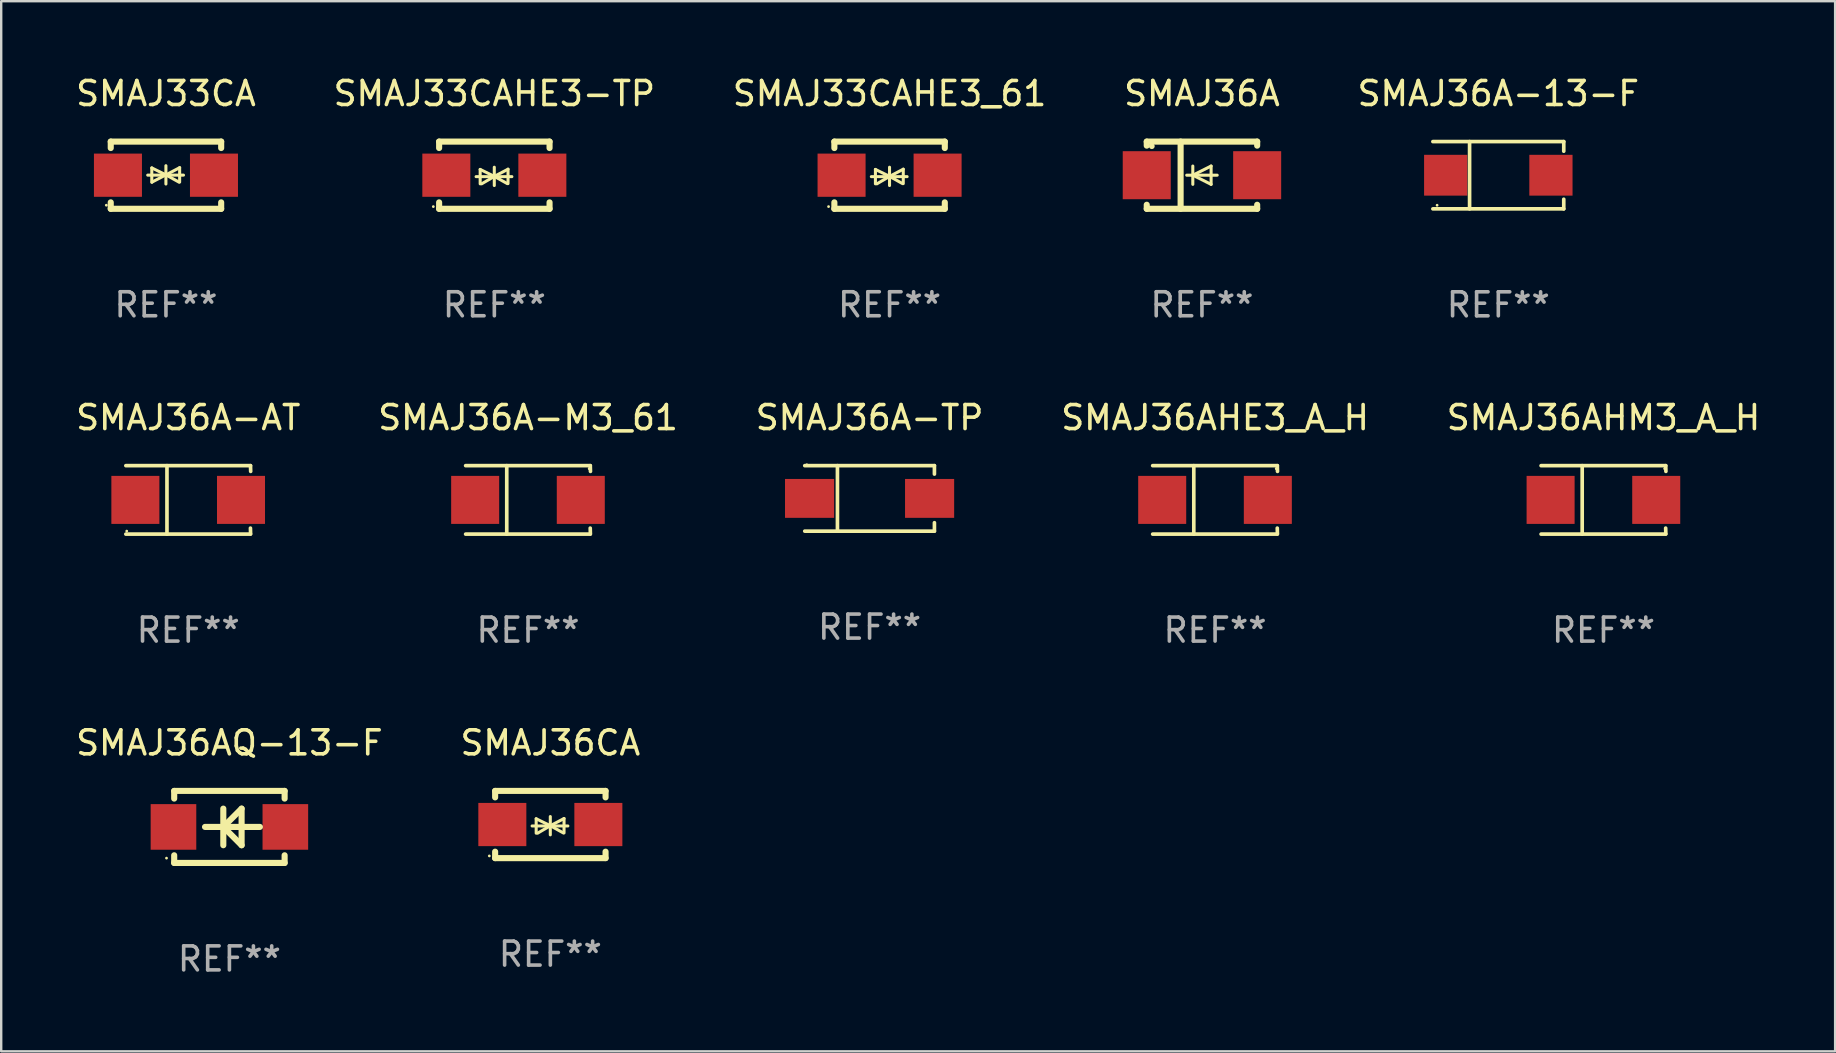
<source format=kicad_pcb>
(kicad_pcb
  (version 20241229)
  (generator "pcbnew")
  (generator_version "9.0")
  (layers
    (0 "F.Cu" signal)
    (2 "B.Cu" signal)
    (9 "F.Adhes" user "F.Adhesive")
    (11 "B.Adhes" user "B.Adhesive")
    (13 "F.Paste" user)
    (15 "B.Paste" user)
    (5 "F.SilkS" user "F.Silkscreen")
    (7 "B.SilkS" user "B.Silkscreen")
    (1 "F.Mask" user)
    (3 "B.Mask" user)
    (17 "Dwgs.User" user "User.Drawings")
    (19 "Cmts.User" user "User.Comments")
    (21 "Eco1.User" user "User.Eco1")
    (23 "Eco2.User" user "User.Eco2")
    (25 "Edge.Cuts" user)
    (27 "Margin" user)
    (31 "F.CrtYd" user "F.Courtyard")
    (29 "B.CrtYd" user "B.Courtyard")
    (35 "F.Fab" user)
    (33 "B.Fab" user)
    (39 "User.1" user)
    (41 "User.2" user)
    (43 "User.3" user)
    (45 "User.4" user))
  (footprint "SMAJ36AQ-13-F"
    (layer "F.Cu")
    (at 6.506 31.396)
    (property "Reference" "SMAJ36AQ-13-F" (at 0 -3.5 0) (layer "F.SilkS") (effects (font (size 1 1) (thickness 0.15))))
    (attr through_hole)
    (fp_line (start -2.3 -1.5) (end -2.3 -1.181) (stroke (width 0.254) (type solid)) (layer "F.SilkS"))
    (fp_line (start -2.3 -1.5) (end 2.3 -1.5) (stroke (width 0.254) (type solid)) (layer "F.SilkS"))
    (fp_line (start -2.3 1.181) (end -2.3 1.5) (stroke (width 0.254) (type solid)) (layer "F.SilkS"))
    (fp_line (start -0.254 0) (end 0.508 0.762) (stroke (width 0.254) (type solid)) (layer "F.SilkS"))
    (fp_line (start -0.254 0.762) (end -0.254 -0.762) (stroke (width 0.254) (type solid)) (layer "F.SilkS"))
    (fp_line (start 0.508 -0.762) (end -0.254 0) (stroke (width 0.254) (type solid)) (layer "F.SilkS"))
    (fp_line (start 0.508 0.762) (end 0.508 -0.762) (stroke (width 0.254) (type solid)) (layer "F.SilkS"))
    (fp_line (start 1.27 0) (end -1.016 0) (stroke (width 0.254) (type solid)) (layer "F.SilkS"))
    (fp_line (start 2.3 -1.5) (end 2.3 -1.181) (stroke (width 0.254) (type solid)) (layer "F.SilkS"))
    (fp_line (start 2.3 1.181) (end 2.3 1.5) (stroke (width 0.254) (type solid)) (layer "F.SilkS"))
    (fp_line (start 2.3 1.5) (end -2.3 1.5) (stroke (width 0.254) (type solid)) (layer "F.SilkS"))
    (fp_circle (center -2.62 1.3) (end -2.59 1.3) (stroke (width 0.06) (type solid)) (fill no) (layer "F.SilkS"))
    (fp_text user "REF**" (at 0 5.5 0) (layer "F.Fab") (effects (font (size 1 1) (thickness 0.15))))
    (pad "1" smd rect (at -2.33 0 270) (size 1.9 1.9) (layers "F.Cu" "F.Mask" "F.Paste"))
    (pad "2" smd rect (at 2.33 0 270) (size 1.9 1.9) (layers "F.Cu" "F.Mask" "F.Paste")))
  (footprint "SMAJ36AHE3_A_H"
    (layer "F.Cu")
    (at 47.565 17.773)
    (property "Reference" "SMAJ36AHE3_A_H" (at 0 -3.426 0) (layer "F.SilkS") (effects (font (size 1 1) (thickness 0.15))))
    (attr through_hole)
    (fp_line (start -2.6 -1.426) (end 2.593 -1.426) (stroke (width 0.152) (type solid)) (layer "F.SilkS"))
    (fp_line (start -2.6 1.426) (end 2.593 1.426) (stroke (width 0.152) (type solid)) (layer "F.SilkS"))
    (fp_line (start -0.887 -1.426) (end -0.887 1.426) (stroke (width 0.152) (type solid)) (layer "F.SilkS"))
    (fp_line (start 2.59 1.176) (end 2.597 1.415) (stroke (width 0.152) (type solid)) (layer "F.SilkS"))
    (fp_line (start 2.593 -1.426) (end 2.6 -1.187) (stroke (width 0.152) (type solid)) (layer "F.SilkS"))
    (fp_circle (center 2.547 -1.3) (end 2.577 -1.3) (stroke (width 0.06) (type solid)) (fill no) (layer "F.SilkS"))
    (fp_text user "REF**" (at 0 5.426 0) (layer "F.Fab") (effects (font (size 1 1) (thickness 0.15))))
    (pad "1" smd rect (at 2.197 -0.000025 180) (size 2 2) (layers "F.Cu" "F.Mask" "F.Paste"))
    (pad "2" smd rect (at -2.203 -0.000025 180) (size 2 2) (layers "F.Cu" "F.Mask" "F.Paste")))
  (footprint "SMAJ36A"
    (layer "F.Cu")
    (at 47.018 4.248)
    (property "Reference" "SMAJ36A" (at 0 -3.4 0) (layer "F.SilkS") (effects (font (size 1 1) (thickness 0.15))))
    (attr through_hole)
    (fp_line (start -2.3 -1.4) (end -2.3 -1.231) (stroke (width 0.254) (type solid)) (layer "F.SilkS"))
    (fp_line (start -2.3 -1.4) (end 2.3 -1.4) (stroke (width 0.254) (type solid)) (layer "F.SilkS"))
    (fp_line (start -2.3 1.231) (end -2.3 1.4) (stroke (width 0.254) (type solid)) (layer "F.SilkS"))
    (fp_line (start -2.3 1.4) (end 2.3 1.4) (stroke (width 0.254) (type solid)) (layer "F.SilkS"))
    (fp_line (start -0.889 1.4) (end -0.889 -1.4) (stroke (width 0.254) (type solid)) (layer "F.SilkS"))
    (fp_line (start -0.381 0) (end -0.381 -0.381) (stroke (width 0.127) (type solid)) (layer "F.SilkS"))
    (fp_line (start -0.381 0) (end -0.381 0.381) (stroke (width 0.127) (type solid)) (layer "F.SilkS"))
    (fp_line (start 0.381 -0.381) (end -0.381 0) (stroke (width 0.127) (type solid)) (layer "F.SilkS"))
    (fp_line (start 0.381 0) (end 0.381 -0.381) (stroke (width 0.127) (type solid)) (layer "F.SilkS"))
    (fp_line (start 0.381 0) (end 0.381 0.381) (stroke (width 0.127) (type solid)) (layer "F.SilkS"))
    (fp_line (start 0.381 0.381) (end -0.381 0) (stroke (width 0.127) (type solid)) (layer "F.SilkS"))
    (fp_line (start 0.635 0) (end -0.635 0) (stroke (width 0.127) (type solid)) (layer "F.SilkS"))
    (fp_line (start 2.3 -1.4) (end 2.3 -1.231) (stroke (width 0.254) (type solid)) (layer "F.SilkS"))
    (fp_line (start 2.3 1.231) (end 2.3 1.4) (stroke (width 0.254) (type solid)) (layer "F.SilkS"))
    (fp_circle (center -2.088 -1.208) (end -2.028 -1.208) (stroke (width 0.12) (type solid)) (fill no) (layer "F.SilkS"))
    (fp_text user "REF**" (at 0 5.4 0) (layer "F.Fab") (effects (font (size 1 1) (thickness 0.15))))
    (pad "1" smd rect (at -2.3 0 180) (size 2 2) (layers "F.Cu" "F.Mask" "F.Paste"))
    (pad "2" smd rect (at 2.3 0 180) (size 2 2) (layers "F.Cu" "F.Mask" "F.Paste")))
  (footprint "SMAJ36AHM3_A_H"
    (layer "F.Cu")
    (at 63.744 17.773)
    (property "Reference" "SMAJ36AHM3_A_H" (at 0 -3.426 0) (layer "F.SilkS") (effects (font (size 1 1) (thickness 0.15))))
    (attr through_hole)
    (fp_line (start -2.6 -1.426) (end 2.593 -1.426) (stroke (width 0.152) (type solid)) (layer "F.SilkS"))
    (fp_line (start -2.6 1.426) (end 2.593 1.426) (stroke (width 0.152) (type solid)) (layer "F.SilkS"))
    (fp_line (start -0.887 -1.426) (end -0.887 1.426) (stroke (width 0.152) (type solid)) (layer "F.SilkS"))
    (fp_line (start 2.59 1.176) (end 2.597 1.415) (stroke (width 0.152) (type solid)) (layer "F.SilkS"))
    (fp_line (start 2.593 -1.426) (end 2.6 -1.187) (stroke (width 0.152) (type solid)) (layer "F.SilkS"))
    (fp_circle (center 2.547 -1.3) (end 2.577 -1.3) (stroke (width 0.06) (type solid)) (fill no) (layer "F.SilkS"))
    (fp_text user "REF**" (at 0 5.426 0) (layer "F.Fab") (effects (font (size 1 1) (thickness 0.15))))
    (pad "1" smd rect (at 2.197 -0.000025 180) (size 2 2) (layers "F.Cu" "F.Mask" "F.Paste"))
    (pad "2" smd rect (at -2.203 -0.000025 180) (size 2 2) (layers "F.Cu" "F.Mask" "F.Paste")))
  (footprint "SMAJ36A-13-F"
    (layer "F.Cu")
    (at 59.363 4.249)
    (property "Reference" "SMAJ36A-13-F" (at 0 -3.401 0) (layer "F.SilkS") (effects (font (size 1 1) (thickness 0.15))))
    (attr through_hole)
    (fp_line (start -2.726 -1.401) (end 2.726 -1.401) (stroke (width 0.152) (type solid)) (layer "F.SilkS"))
    (fp_line (start -2.726 1.401) (end 2.726 1.401) (stroke (width 0.152) (type solid)) (layer "F.SilkS"))
    (fp_line (start -1.197 -1.401) (end -1.197 1.401) (stroke (width 0.152) (type solid)) (layer "F.SilkS"))
    (fp_line (start 2.726 -1.401) (end 2.726 -1) (stroke (width 0.152) (type solid)) (layer "F.SilkS"))
    (fp_line (start 2.726 1.401) (end 2.726 1) (stroke (width 0.152) (type solid)) (layer "F.SilkS"))
    (fp_circle (center -2.55 1.25) (end -2.52 1.25) (stroke (width 0.06) (type solid)) (fill no) (layer "F.SilkS"))
    (fp_text user "REF**" (at 0 5.401 0) (layer "F.Fab") (effects (font (size 1 1) (thickness 0.15))))
    (pad "1" smd rect (at -2.192 0) (size 1.8 1.7) (layers "F.Cu" "F.Mask" "F.Paste"))
    (pad "2" smd rect (at 2.192 0) (size 1.8 1.7) (layers "F.Cu" "F.Mask" "F.Paste")))
  (footprint "SMAJ36A-TP"
    (layer "F.Cu")
    (at 33.173 17.711)
    (property "Reference" "SMAJ36A-TP" (at 0 -3.364 0) (layer "F.SilkS") (effects (font (size 1 1) (thickness 0.15))))
    (attr through_hole)
    (fp_line (start -2.701 -1.364) (end 2.701 -1.364) (stroke (width 0.152) (type solid)) (layer "F.SilkS"))
    (fp_line (start -2.701 1.364) (end 2.701 1.364) (stroke (width 0.152) (type solid)) (layer "F.SilkS"))
    (fp_line (start -1.339 -1.364) (end -1.339 1.364) (stroke (width 0.152) (type solid)) (layer "F.SilkS"))
    (fp_line (start 2.701 -1.364) (end 2.701 -1.013) (stroke (width 0.152) (type solid)) (layer "F.SilkS"))
    (fp_line (start 2.701 1.364) (end 2.701 1.013) (stroke (width 0.152) (type solid)) (layer "F.SilkS"))
    (fp_circle (center -2.615 -1.4) (end -2.585 -1.4) (stroke (width 0.06) (type solid)) (fill no) (layer "F.SilkS"))
    (fp_text user "REF**" (at 0 5.364 0) (layer "F.Fab") (effects (font (size 1 1) (thickness 0.15))))
    (pad "1" smd rect (at -2.5 0) (size 2.046 1.62) (layers "F.Cu" "F.Mask" "F.Paste"))
    (pad "2" smd rect (at 2.5 0) (size 2.046 1.62) (layers "F.Cu" "F.Mask" "F.Paste")))
  (footprint "SMAJ33CAHE3-TP"
    (layer "F.Cu")
    (at 17.542 4.248)
    (property "Reference" "SMAJ33CAHE3-TP" (at 0 -3.4 0) (layer "F.SilkS") (effects (font (size 1 1) (thickness 0.15))))
    (attr through_hole)
    (fp_line (start -2.3 -1.4) (end -2.3 -1.131) (stroke (width 0.254) (type solid)) (layer "F.SilkS"))
    (fp_line (start -2.3 -1.4) (end 2.3 -1.4) (stroke (width 0.254) (type solid)) (layer "F.SilkS"))
    (fp_line (start -2.3 1.131) (end -2.3 1.4) (stroke (width 0.254) (type solid)) (layer "F.SilkS"))
    (fp_line (start -2.3 1.4) (end 2.3 1.4) (stroke (width 0.254) (type solid)) (layer "F.SilkS"))
    (fp_line (start -0.76 0.06) (end 0.73 0.06) (stroke (width 0.127) (type solid)) (layer "F.SilkS"))
    (fp_line (start -0.59 -0.24) (end -0.59 0.36) (stroke (width 0.127) (type solid)) (layer "F.SilkS"))
    (fp_line (start -0.59 -0.24) (end -0.002 0.049) (stroke (width 0.127) (type solid)) (layer "F.SilkS"))
    (fp_line (start -0.53 0.36) (end -0.002 0.049) (stroke (width 0.127) (type solid)) (layer "F.SilkS"))
    (fp_line (start -0.002 0.049) (end -0.002 -0.332) (stroke (width 0.127) (type solid)) (layer "F.SilkS"))
    (fp_line (start -0.002 0.049) (end -0.002 0.43) (stroke (width 0.127) (type solid)) (layer "F.SilkS"))
    (fp_line (start 0.54 0.35) (end -0.002 0.049) (stroke (width 0.127) (type solid)) (layer "F.SilkS"))
    (fp_line (start 0.57 -0.25) (end -0.002 0.049) (stroke (width 0.127) (type solid)) (layer "F.SilkS"))
    (fp_line (start 0.57 -0.25) (end 0.57 0.35) (stroke (width 0.127) (type solid)) (layer "F.SilkS"))
    (fp_line (start 2.3 -1.4) (end 2.3 -1.131) (stroke (width 0.254) (type solid)) (layer "F.SilkS"))
    (fp_line (start 2.3 1.131) (end 2.3 1.4) (stroke (width 0.254) (type solid)) (layer "F.SilkS"))
    (fp_circle (center -2.542 1.308) (end -2.512 1.308) (stroke (width 0.06) (type solid)) (fill no) (layer "F.SilkS"))
    (fp_text user "REF**" (at 0 5.4 0) (layer "F.Fab") (effects (font (size 1 1) (thickness 0.15))))
    (pad "1" smd rect (at -2 0) (size 2 1.8) (layers "F.Cu" "F.Mask" "F.Paste"))
    (pad "2" smd rect (at 2 0) (size 2 1.8) (layers "F.Cu" "F.Mask" "F.Paste")))
  (footprint "SMAJ36CA"
    (layer "F.Cu")
    (at 19.875 31.296)
    (property "Reference" "SMAJ36CA" (at 0 -3.4 0) (layer "F.SilkS") (effects (font (size 1 1) (thickness 0.15))))
    (attr through_hole)
    (fp_line (start -2.3 -1.4) (end -2.3 -1.131) (stroke (width 0.254) (type solid)) (layer "F.SilkS"))
    (fp_line (start -2.3 -1.4) (end 2.3 -1.4) (stroke (width 0.254) (type solid)) (layer "F.SilkS"))
    (fp_line (start -2.3 1.131) (end -2.3 1.4) (stroke (width 0.254) (type solid)) (layer "F.SilkS"))
    (fp_line (start -2.3 1.4) (end 2.3 1.4) (stroke (width 0.254) (type solid)) (layer "F.SilkS"))
    (fp_line (start -0.76 0.06) (end 0.73 0.06) (stroke (width 0.127) (type solid)) (layer "F.SilkS"))
    (fp_line (start -0.59 -0.24) (end -0.59 0.36) (stroke (width 0.127) (type solid)) (layer "F.SilkS"))
    (fp_line (start -0.59 -0.24) (end -0.002 0.049) (stroke (width 0.127) (type solid)) (layer "F.SilkS"))
    (fp_line (start -0.53 0.36) (end -0.002 0.049) (stroke (width 0.127) (type solid)) (layer "F.SilkS"))
    (fp_line (start -0.002 0.049) (end -0.002 -0.332) (stroke (width 0.127) (type solid)) (layer "F.SilkS"))
    (fp_line (start -0.002 0.049) (end -0.002 0.43) (stroke (width 0.127) (type solid)) (layer "F.SilkS"))
    (fp_line (start 0.54 0.35) (end -0.002 0.049) (stroke (width 0.127) (type solid)) (layer "F.SilkS"))
    (fp_line (start 0.57 -0.25) (end -0.002 0.049) (stroke (width 0.127) (type solid)) (layer "F.SilkS"))
    (fp_line (start 0.57 -0.25) (end 0.57 0.35) (stroke (width 0.127) (type solid)) (layer "F.SilkS"))
    (fp_line (start 2.3 -1.4) (end 2.3 -1.131) (stroke (width 0.254) (type solid)) (layer "F.SilkS"))
    (fp_line (start 2.3 1.131) (end 2.3 1.4) (stroke (width 0.254) (type solid)) (layer "F.SilkS"))
    (fp_circle (center -2.542 1.308) (end -2.512 1.308) (stroke (width 0.06) (type solid)) (fill no) (layer "F.SilkS"))
    (fp_text user "REF**" (at 0 5.4 0) (layer "F.Fab") (effects (font (size 1 1) (thickness 0.15))))
    (pad "1" smd rect (at -2 0) (size 2 1.8) (layers "F.Cu" "F.Mask" "F.Paste"))
    (pad "2" smd rect (at 2 0) (size 2 1.8) (layers "F.Cu" "F.Mask" "F.Paste")))
  (footprint "SMAJ36A-AT"
    (layer "F.Cu")
    (at 4.792 17.773)
    (property "Reference" "SMAJ36A-AT" (at 0 -3.426 0) (layer "F.SilkS") (effects (font (size 1 1) (thickness 0.15))))
    (attr through_hole)
    (fp_line (start -2.6 -1.426) (end 2.593 -1.426) (stroke (width 0.152) (type solid)) (layer "F.SilkS"))
    (fp_line (start -2.6 1.426) (end 2.593 1.426) (stroke (width 0.152) (type solid)) (layer "F.SilkS"))
    (fp_line (start -0.887 -1.426) (end -0.887 1.426) (stroke (width 0.152) (type solid)) (layer "F.SilkS"))
    (fp_line (start 2.59 1.176) (end 2.597 1.415) (stroke (width 0.152) (type solid)) (layer "F.SilkS"))
    (fp_line (start 2.593 -1.426) (end 2.6 -1.187) (stroke (width 0.152) (type solid)) (layer "F.SilkS"))
    (fp_circle (center -2.563 1.3) (end -2.533 1.3) (stroke (width 0.06) (type solid)) (fill no) (layer "F.SilkS"))
    (fp_text user "REF**" (at 0 5.426 0) (layer "F.Fab") (effects (font (size 1 1) (thickness 0.15))))
    (pad "1" smd rect (at -2.203 -0.000025 180) (size 2 2) (layers "F.Cu" "F.Mask" "F.Paste"))
    (pad "2" smd rect (at 2.197 -0.000025 180) (size 2 2) (layers "F.Cu" "F.Mask" "F.Paste")))
  (footprint "SMAJ36A-M3_61"
    (layer "F.Cu")
    (at 18.946 17.773)
    (property "Reference" "SMAJ36A-M3_61" (at 0 -3.426 0) (layer "F.SilkS") (effects (font (size 1 1) (thickness 0.15))))
    (attr through_hole)
    (fp_line (start -2.6 -1.426) (end 2.593 -1.426) (stroke (width 0.152) (type solid)) (layer "F.SilkS"))
    (fp_line (start -2.6 1.426) (end 2.593 1.426) (stroke (width 0.152) (type solid)) (layer "F.SilkS"))
    (fp_line (start -0.887 -1.426) (end -0.887 1.426) (stroke (width 0.152) (type solid)) (layer "F.SilkS"))
    (fp_line (start 2.59 1.176) (end 2.597 1.415) (stroke (width 0.152) (type solid)) (layer "F.SilkS"))
    (fp_line (start 2.593 -1.426) (end 2.6 -1.187) (stroke (width 0.152) (type solid)) (layer "F.SilkS"))
    (fp_circle (center 2.547 -1.3) (end 2.577 -1.3) (stroke (width 0.06) (type solid)) (fill no) (layer "F.SilkS"))
    (fp_text user "REF**" (at 0 5.426 0) (layer "F.Fab") (effects (font (size 1 1) (thickness 0.15))))
    (pad "1" smd rect (at 2.197 -0.000025 180) (size 2 2) (layers "F.Cu" "F.Mask" "F.Paste"))
    (pad "2" smd rect (at -2.203 -0.000025 180) (size 2 2) (layers "F.Cu" "F.Mask" "F.Paste")))
  (footprint "SMAJ33CA"
    (layer "F.Cu")
    (at 3.863 4.248)
    (property "Reference" "SMAJ33CA" (at 0 -3.4 0) (layer "F.SilkS") (effects (font (size 1 1) (thickness 0.15))))
    (attr through_hole)
    (fp_line (start -2.3 -1.4) (end -2.3 -1.131) (stroke (width 0.254) (type solid)) (layer "F.SilkS"))
    (fp_line (start -2.3 -1.4) (end 2.3 -1.4) (stroke (width 0.254) (type solid)) (layer "F.SilkS"))
    (fp_line (start -2.3 1.131) (end -2.3 1.4) (stroke (width 0.254) (type solid)) (layer "F.SilkS"))
    (fp_line (start -2.3 1.4) (end 2.3 1.4) (stroke (width 0.254) (type solid)) (layer "F.SilkS"))
    (fp_line (start -0.76 -0.003) (end 0.73 -0.003) (stroke (width 0.127) (type solid)) (layer "F.SilkS"))
    (fp_line (start -0.59 -0.303) (end -0.59 0.297) (stroke (width 0.127) (type solid)) (layer "F.SilkS"))
    (fp_line (start -0.59 -0.303) (end -0.002 -0.014) (stroke (width 0.127) (type solid)) (layer "F.SilkS"))
    (fp_line (start -0.576 0.284) (end -0.004 -0.015) (stroke (width 0.127) (type solid)) (layer "F.SilkS"))
    (fp_line (start -0.002 -0.014) (end -0.002 -0.395) (stroke (width 0.127) (type solid)) (layer "F.SilkS"))
    (fp_line (start -0.002 -0.014) (end -0.002 0.367) (stroke (width 0.127) (type solid)) (layer "F.SilkS"))
    (fp_line (start 0.54 0.287) (end -0.002 -0.014) (stroke (width 0.127) (type solid)) (layer "F.SilkS"))
    (fp_line (start 0.57 -0.313) (end -0.002 -0.014) (stroke (width 0.127) (type solid)) (layer "F.SilkS"))
    (fp_line (start 0.57 -0.313) (end 0.57 0.287) (stroke (width 0.127) (type solid)) (layer "F.SilkS"))
    (fp_line (start 2.3 -1.4) (end 2.3 -1.131) (stroke (width 0.254) (type solid)) (layer "F.SilkS"))
    (fp_line (start 2.3 1.131) (end 2.3 1.4) (stroke (width 0.254) (type solid)) (layer "F.SilkS"))
    (fp_circle (center -2.485 1.25) (end -2.455 1.25) (stroke (width 0.06) (type solid)) (fill no) (layer "F.SilkS"))
    (fp_text user "REF**" (at 0 5.4 0) (layer "F.Fab") (effects (font (size 1 1) (thickness 0.15))))
    (pad "1" smd rect (at -2 -0.000051) (size 2 1.8) (layers "F.Cu" "F.Mask" "F.Paste"))
    (pad "2" smd rect (at 2 -0.000051) (size 2 1.8) (layers "F.Cu" "F.Mask" "F.Paste")))
  (footprint "SMAJ33CAHE3_61"
    (layer "F.Cu")
    (at 34.006 4.248)
    (property "Reference" "SMAJ33CAHE3_61" (at 0 -3.4 0) (layer "F.SilkS") (effects (font (size 1 1) (thickness 0.15))))
    (attr through_hole)
    (fp_line (start -2.3 -1.4) (end -2.3 -1.131) (stroke (width 0.254) (type solid)) (layer "F.SilkS"))
    (fp_line (start -2.3 -1.4) (end 2.3 -1.4) (stroke (width 0.254) (type solid)) (layer "F.SilkS"))
    (fp_line (start -2.3 1.131) (end -2.3 1.4) (stroke (width 0.254) (type solid)) (layer "F.SilkS"))
    (fp_line (start -2.3 1.4) (end 2.3 1.4) (stroke (width 0.254) (type solid)) (layer "F.SilkS"))
    (fp_line (start -0.76 0.06) (end 0.73 0.06) (stroke (width 0.127) (type solid)) (layer "F.SilkS"))
    (fp_line (start -0.59 -0.24) (end -0.59 0.36) (stroke (width 0.127) (type solid)) (layer "F.SilkS"))
    (fp_line (start -0.59 -0.24) (end -0.002 0.049) (stroke (width 0.127) (type solid)) (layer "F.SilkS"))
    (fp_line (start -0.53 0.36) (end -0.002 0.049) (stroke (width 0.127) (type solid)) (layer "F.SilkS"))
    (fp_line (start -0.002 0.049) (end -0.002 -0.332) (stroke (width 0.127) (type solid)) (layer "F.SilkS"))
    (fp_line (start -0.002 0.049) (end -0.002 0.43) (stroke (width 0.127) (type solid)) (layer "F.SilkS"))
    (fp_line (start 0.54 0.35) (end -0.002 0.049) (stroke (width 0.127) (type solid)) (layer "F.SilkS"))
    (fp_line (start 0.57 -0.25) (end -0.002 0.049) (stroke (width 0.127) (type solid)) (layer "F.SilkS"))
    (fp_line (start 0.57 -0.25) (end 0.57 0.35) (stroke (width 0.127) (type solid)) (layer "F.SilkS"))
    (fp_line (start 2.3 -1.4) (end 2.3 -1.131) (stroke (width 0.254) (type solid)) (layer "F.SilkS"))
    (fp_line (start 2.3 1.131) (end 2.3 1.4) (stroke (width 0.254) (type solid)) (layer "F.SilkS"))
    (fp_circle (center -2.542 1.308) (end -2.512 1.308) (stroke (width 0.06) (type solid)) (fill no) (layer "F.SilkS"))
    (fp_text user "REF**" (at 0 5.4 0) (layer "F.Fab") (effects (font (size 1 1) (thickness 0.15))))
    (pad "1" smd rect (at -2 0) (size 2 1.8) (layers "F.Cu" "F.Mask" "F.Paste"))
    (pad "2" smd rect (at 2 0) (size 2 1.8) (layers "F.Cu" "F.Mask" "F.Paste")))
  (gr_rect
    (start -3 -3)
    (end 73.393 40.744)
    (stroke (width 0.1) (type default))
    (fill no)
    (layer "Edge.Cuts")))
</source>
